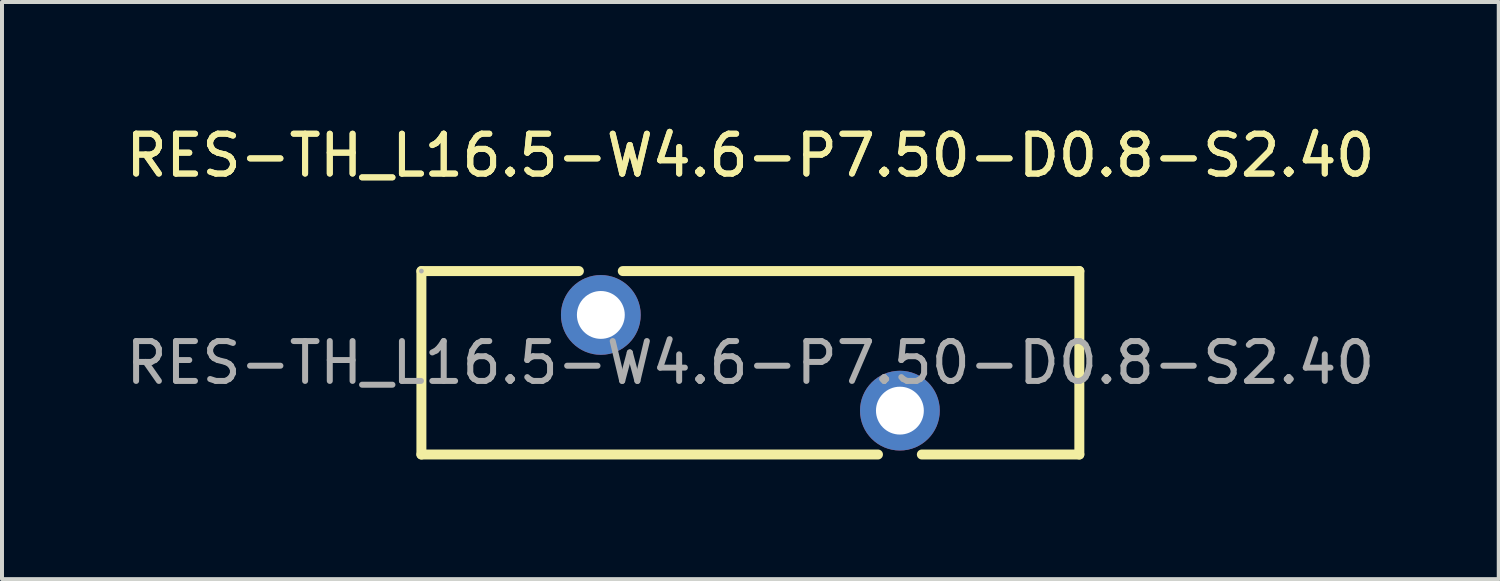
<source format=kicad_pcb>
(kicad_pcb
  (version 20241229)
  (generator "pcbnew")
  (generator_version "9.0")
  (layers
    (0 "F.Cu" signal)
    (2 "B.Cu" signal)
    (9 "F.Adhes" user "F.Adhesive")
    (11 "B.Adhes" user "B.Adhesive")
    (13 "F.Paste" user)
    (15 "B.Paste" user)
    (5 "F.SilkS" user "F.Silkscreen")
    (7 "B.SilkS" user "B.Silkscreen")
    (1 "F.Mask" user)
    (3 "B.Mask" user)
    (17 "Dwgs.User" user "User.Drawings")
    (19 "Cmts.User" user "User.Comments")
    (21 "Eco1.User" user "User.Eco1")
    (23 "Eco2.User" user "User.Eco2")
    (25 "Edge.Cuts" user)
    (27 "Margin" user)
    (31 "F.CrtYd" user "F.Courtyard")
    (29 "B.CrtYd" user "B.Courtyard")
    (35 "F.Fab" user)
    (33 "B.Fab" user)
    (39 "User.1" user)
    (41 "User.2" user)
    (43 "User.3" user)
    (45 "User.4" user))
  (footprint "RES-TH_L16.5-W4.6-P7.50-D0.8-S2.40"
    (layer "F.Cu")
    (at 15.768 6.048)
    (property "Reference" "RES-TH_L16.5-W4.6-P7.50-D0.8-S2.40" (at 0 -5.2 0) (layer "F.SilkS") (effects (font (size 1 1) (thickness 0.15))))
    (attr through_hole)
    (fp_line (start -8.25 -2.3) (end -8.25 2.3) (stroke (width 0.25) (type solid)) (layer "F.SilkS"))
    (fp_line (start -8.25 -2.3) (end -4.3 -2.3) (stroke (width 0.25) (type solid)) (layer "F.SilkS"))
    (fp_line (start -8.25 2.3) (end 3.2 2.3) (stroke (width 0.25) (type solid)) (layer "F.SilkS"))
    (fp_line (start -3.2 -2.3) (end 8.25 -2.3) (stroke (width 0.25) (type solid)) (layer "F.SilkS"))
    (fp_line (start 4.3 2.3) (end 8.25 2.3) (stroke (width 0.25) (type solid)) (layer "F.SilkS"))
    (fp_line (start 8.25 -2.3) (end 8.25 2.3) (stroke (width 0.25) (type solid)) (layer "F.SilkS"))
    (fp_circle (center -8.25 -2.3) (end -8.22 -2.3) (stroke (width 0.06) (type solid)) (fill no) (layer "F.Fab"))
    (fp_circle (center -3.75 -1.2) (end -3.55 -1.2) (stroke (width 0.4) (type solid)) (fill no) (layer "F.Fab"))
    (fp_circle (center 3.75 1.2) (end 3.95 1.2) (stroke (width 0.4) (type solid)) (fill no) (layer "F.Fab"))
    (fp_text user "${REFERENCE}" (at 0 -5.2 0) (layer "F.SilkS") (effects (font (size 1 1) (thickness 0.15))))
    (fp_text user "${REFERENCE}" (at 0 0 0) (layer "F.Fab") (effects (font (size 1 1) (thickness 0.15))))
    (pad "1" thru_hole circle (at -3.75 -1.2) (size 2 2) (drill 1.2) (layers "*.Cu" "*.Mask"))
    (pad "2" thru_hole circle (at 3.75 1.2) (size 2 2) (drill 1.2) (layers "*.Cu" "*.Mask")))
  (gr_rect
    (start -3 -3)
    (end 34.536 11.473)
    (stroke (width 0.1) (type default))
    (fill no)
    (layer "Edge.Cuts")))
</source>
